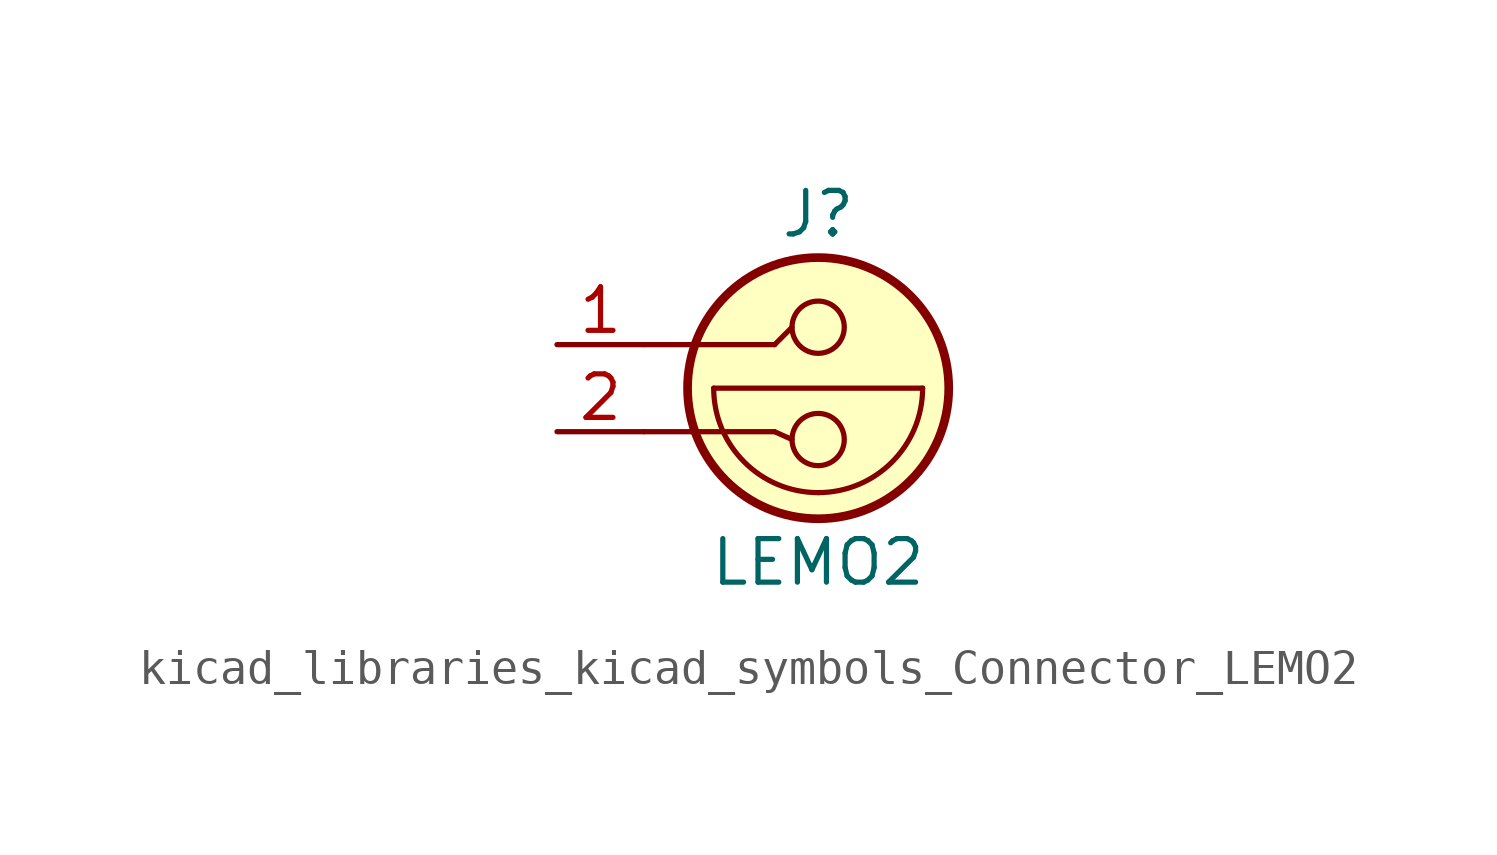
<source format=kicad_sym>
(kicad_symbol_lib
  (version 20220914)
  (generator kicad_symbol_editor)
  (symbol "kicad_libraries_kicad_symbols_Connector_LEMO2"
    (pin_names
      (offset 1.016) hide)
    (property "Reference" "J"
      (at 0 6.35 0)
      (effects (font (size 1.27 1.27))))
    (property "Value" "LEMO2"
      (at 0 -3.81 0)
      (effects (font (size 1.27 1.27))))
    (symbol "kicad_libraries_kicad_symbols_Connector_LEMO2_0_1"
      (arc (start -3.048 1.27) (mid -2.1553 -0.8853) (end 0 -1.778) (stroke (width 0) (type default)) (fill (type none)))
      (arc (start 0 -1.778) (mid 2.1553 -0.8853) (end 3.048 1.27) (stroke (width 0) (type default)) (fill (type none)))
      (circle (center 0 -0.229) (radius 0.762) (stroke (width 0) (type default)) (fill (type none)))
      (polyline (pts (xy -5.08 0) (xy -1.27 0)) (stroke (width 0) (type default)) (fill (type none)))
      (polyline (pts (xy -5.08 2.54) (xy -1.27 2.54)) (stroke (width 0) (type default)) (fill (type none)))
      (polyline (pts (xy -3.048 1.27) (xy 3.048 1.27)) (stroke (width 0) (type default)) (fill (type none)))
      (polyline (pts (xy -1.27 2.54) (xy -0.762 3.048)) (stroke (width 0) (type default)) (fill (type none)))
      (polyline (pts (xy -0.762 -0.229) (xy -1.27 0)) (stroke (width 0) (type default)) (fill (type none)))
      (circle (center 0 1.27) (radius 3.81) (stroke (width 0.254) (type default)) (fill (type background)))
      (circle (center 0 3.048) (radius 0.762) (stroke (width 0) (type default)) (fill (type none))))
    (symbol "kicad_libraries_kicad_symbols_Connector_LEMO2_1_1"
      (pin passive line (at -7.62 2.54 0) (length 2.54) (name "~" (effects (font (size 1.27 1.27)))) (number "1" (effects (font (size 1.27 1.27)))))
      (pin passive line (at -7.62 0 0) (length 2.54) (name "~" (effects (font (size 1.27 1.27)))) (number "2" (effects (font (size 1.27 1.27))))))))
</source>
